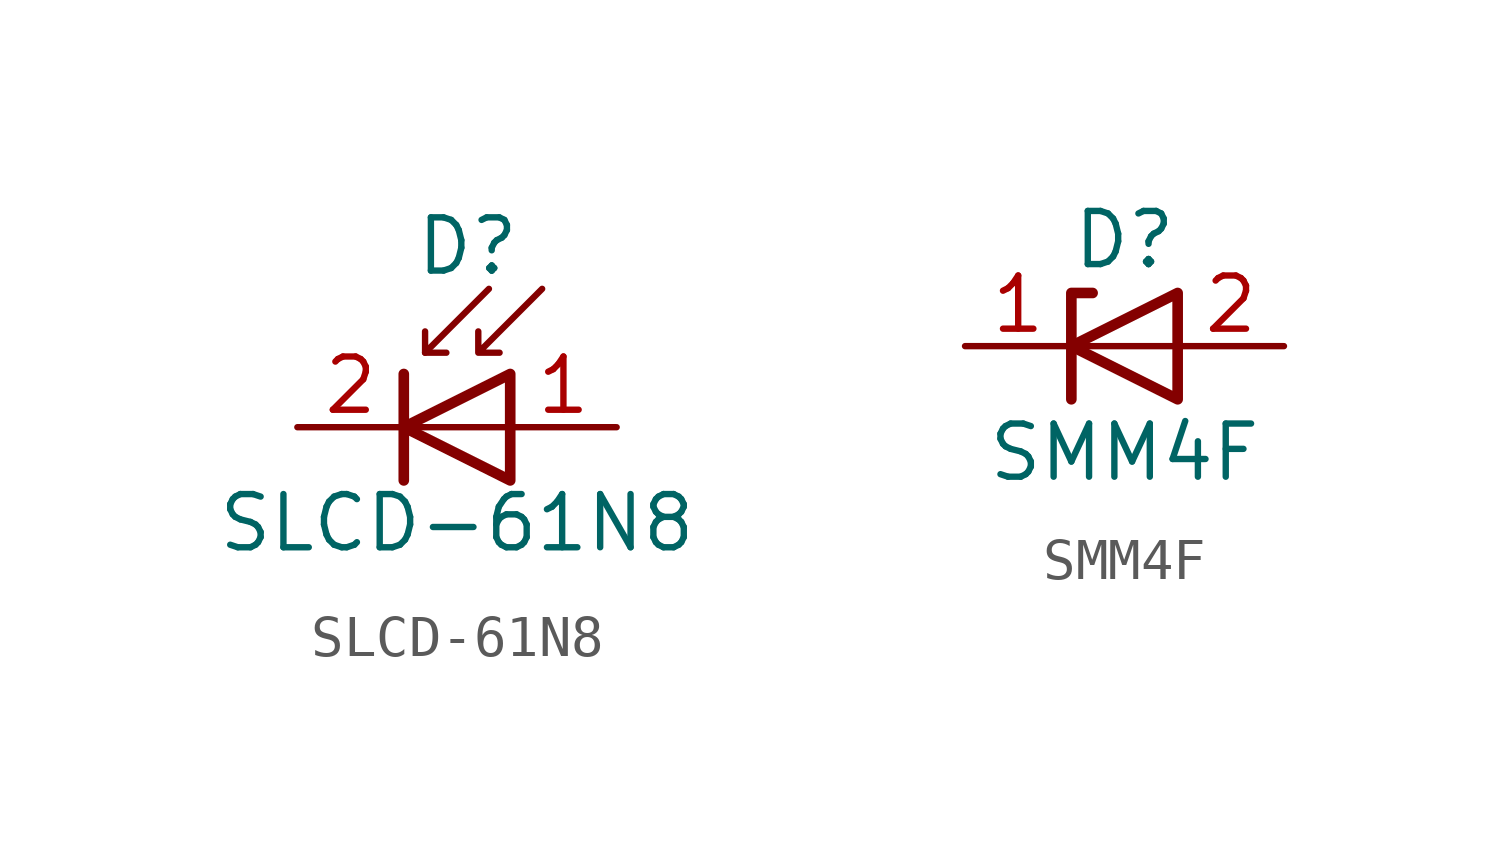
<source format=kicad_sym>
(kicad_symbol_lib
  (version 20211014)
  (generator kicad_symbol_editor)
  (symbol "SLCD-61N8"
    (property "Reference" "D"
      (at 0 4.318 0)
      (effects (font (size 1.27 1.27))))
    (property "Value" "SLCD-61N8"
      (at -0.254 -2.286 0)
      (effects (font (size 1.27 1.27))))
    (symbol "SLCD-61N8_0_1"
      (polyline (pts (xy -1.524 1.27) (xy -1.524 -1.27)) (stroke (width 0.254) (type default) (color 0 0 0 0)) (fill (type none)))
      (polyline (pts (xy -1.016 1.778) (xy -0.508 1.778)) (stroke (width 0) (type default) (color 0 0 0 0)) (fill (type none)))
      (polyline (pts (xy 1.016 0) (xy -1.524 0)) (stroke (width 0) (type default) (color 0 0 0 0)) (fill (type none)))
      (polyline (pts (xy 0.508 3.302) (xy -1.016 1.778) (xy -1.016 2.286)) (stroke (width 0) (type default) (color 0 0 0 0)) (fill (type none)))
      (polyline (pts (xy 1.016 -1.27) (xy 1.016 1.27) (xy -1.524 0) (xy 1.016 -1.27)) (stroke (width 0.254) (type default) (color 0 0 0 0)) (fill (type none)))
      (polyline (pts (xy 1.778 3.302) (xy 0.254 1.778) (xy 0.254 2.286) (xy 0.254 1.778) (xy 0.762 1.778)) (stroke (width 0) (type default) (color 0 0 0 0)) (fill (type none))))
    (symbol "SLCD-61N8_1_1"
      (pin passive line (at 3.556 0 180) (length 2.54) (name "" (effects (font (size 1.27 1.27)))) (number "1" (effects (font (size 1.27 1.27)))))
      (pin passive line (at -4.064 0 0) (length 2.54) (name "" (effects (font (size 1.27 1.27)))) (number "2" (effects (font (size 1.27 1.27)))))))
  (symbol "SMM4F"
    (property "Reference" "D"
      (at 0 2.54 0)
      (effects (font (size 1.27 1.27))))
    (property "Value" "SMM4F"
      (at 0 -2.54 0)
      (effects (font (size 1.27 1.27))))
    (symbol "SMM4F_0_1"
      (polyline (pts (xy 1.27 0) (xy -1.27 0)) (stroke (width 0) (type default) (color 0 0 0 0)) (fill (type none)))
      (polyline (pts (xy -1.27 -1.27) (xy -1.27 1.27) (xy -0.762 1.27)) (stroke (width 0.254) (type default) (color 0 0 0 0)) (fill (type none)))
      (polyline (pts (xy 1.27 -1.27) (xy 1.27 1.27) (xy -1.27 0) (xy 1.27 -1.27)) (stroke (width 0.254) (type default) (color 0 0 0 0)) (fill (type none))))
    (symbol "SMM4F_1_1"
      (pin passive line (at -3.81 0 0) (length 2.54) (name "" (effects (font (size 1.27 1.27)))) (number "1" (effects (font (size 1.27 1.27)))))
      (pin passive line (at 3.81 0 180) (length 2.54) (name "" (effects (font (size 1.27 1.27)))) (number "2" (effects (font (size 1.27 1.27))))))))
</source>
